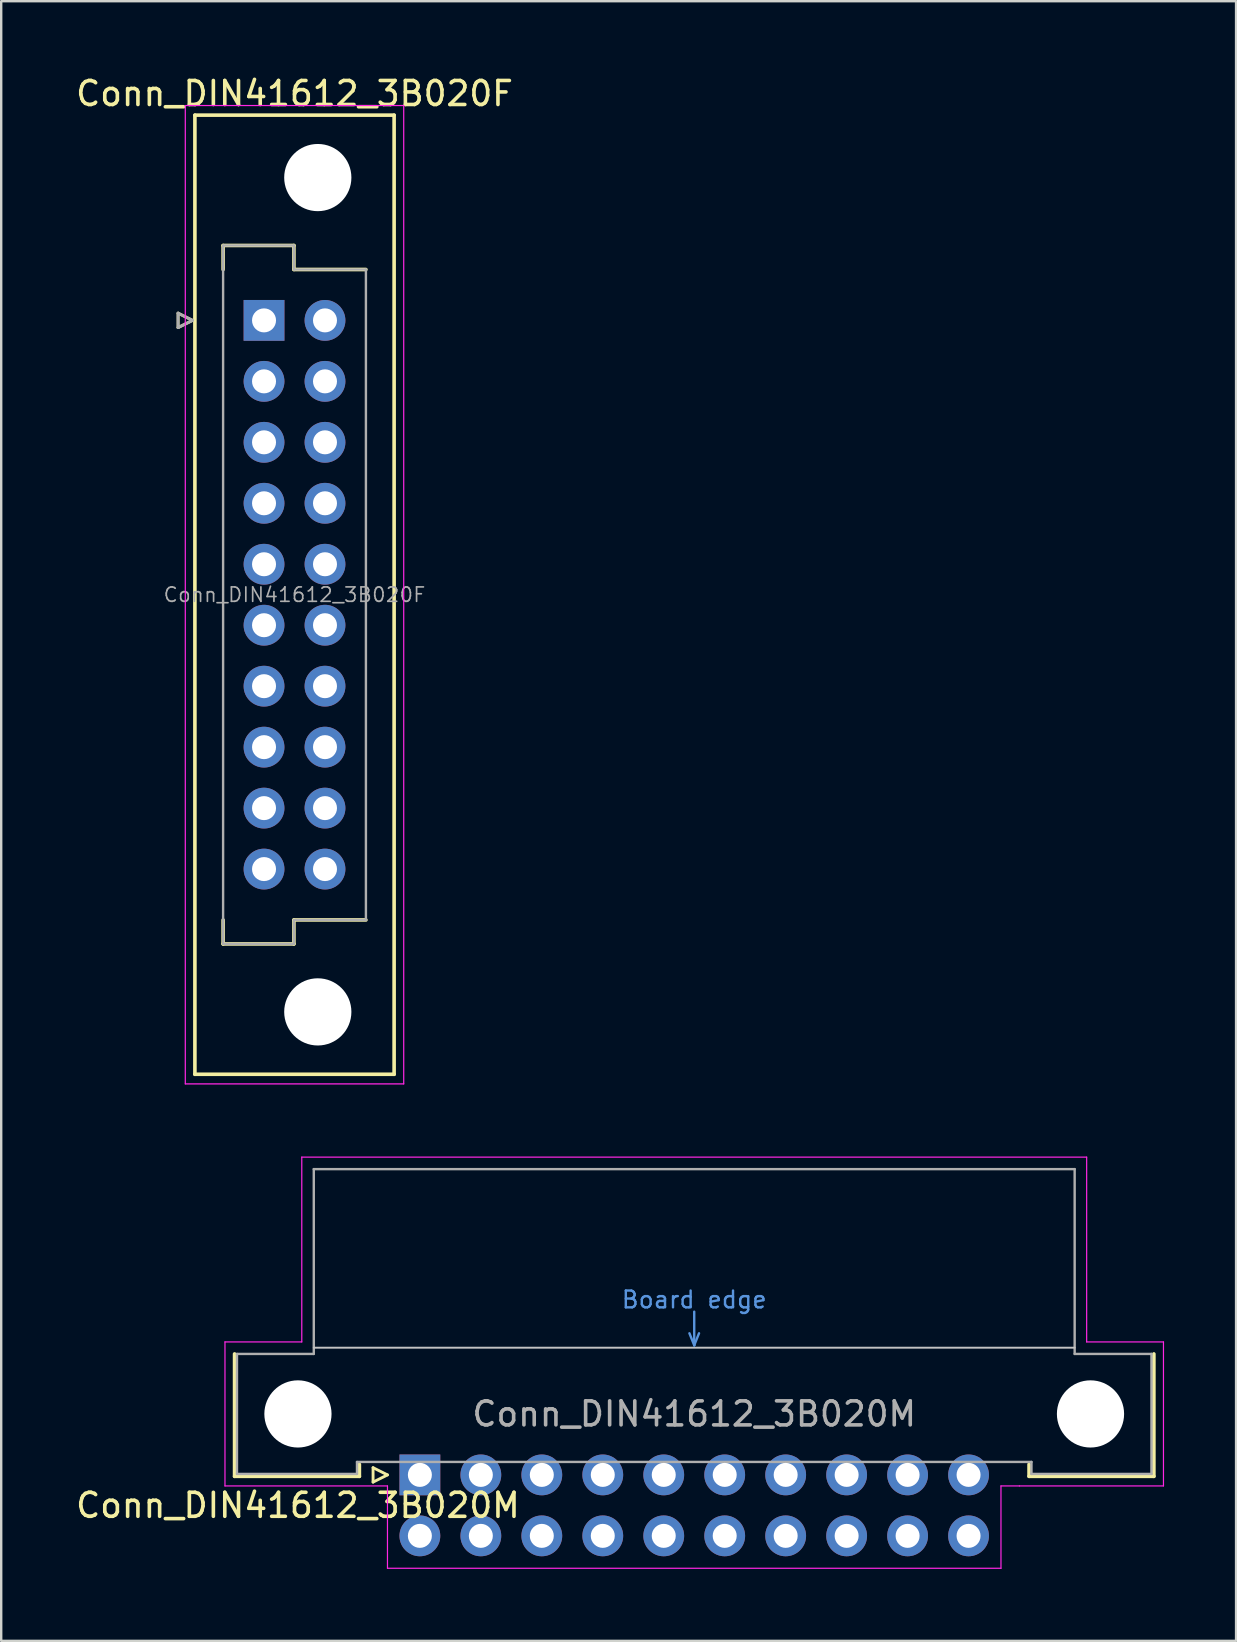
<source format=kicad_pcb>
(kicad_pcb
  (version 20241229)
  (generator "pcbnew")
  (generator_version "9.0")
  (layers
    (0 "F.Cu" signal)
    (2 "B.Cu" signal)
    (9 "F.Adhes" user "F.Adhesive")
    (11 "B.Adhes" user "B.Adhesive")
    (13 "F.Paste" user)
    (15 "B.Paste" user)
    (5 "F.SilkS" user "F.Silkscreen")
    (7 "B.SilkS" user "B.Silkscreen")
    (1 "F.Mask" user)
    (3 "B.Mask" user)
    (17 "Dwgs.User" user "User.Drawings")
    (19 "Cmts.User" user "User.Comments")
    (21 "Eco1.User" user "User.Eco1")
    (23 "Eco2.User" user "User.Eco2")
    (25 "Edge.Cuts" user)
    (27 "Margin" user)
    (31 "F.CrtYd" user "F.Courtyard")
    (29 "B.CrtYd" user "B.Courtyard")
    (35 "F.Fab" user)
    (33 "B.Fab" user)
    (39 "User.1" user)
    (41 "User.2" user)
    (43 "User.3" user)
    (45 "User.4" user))
  (footprint "Conn_DIN41612_3B020F"
    (layer "F.Cu")
    (at 7.95 10.298)
    (property "Reference" "Conn_DIN41612_3B020F" (at 1.27 -9.45 0) (layer "F.SilkS") (effects (font (size 1 1) (thickness 0.15))))
    (attr through_hole)
    (fp_line (start -3.58 -0.3) (end -3.58 0.3) (stroke (width 0.12) (type solid)) (layer "F.SilkS"))
    (fp_line (start -3.58 0.3) (end -2.98 0) (stroke (width 0.12) (type solid)) (layer "F.SilkS"))
    (fp_line (start -2.98 0) (end -3.58 -0.3) (stroke (width 0.12) (type solid)) (layer "F.SilkS"))
    (fp_line (start -2.88 -8.55) (end -2.88 31.41) (stroke (width 0.15) (type solid)) (layer "F.SilkS"))
    (fp_line (start -2.88 31.41) (end 5.42 31.41) (stroke (width 0.15) (type solid)) (layer "F.SilkS"))
    (fp_line (start -1.705 -3.12) (end 1.245 -3.12) (stroke (width 0.15) (type solid)) (layer "F.SilkS"))
    (fp_line (start -1.705 -2.12) (end -1.705 -3.12) (stroke (width 0.15) (type solid)) (layer "F.SilkS"))
    (fp_line (start -1.705 25.98) (end -1.705 24.98) (stroke (width 0.15) (type solid)) (layer "F.SilkS"))
    (fp_line (start 1.245 -3.12) (end 1.245 -2.12) (stroke (width 0.15) (type solid)) (layer "F.SilkS"))
    (fp_line (start 1.245 -2.12) (end 4.245 -2.12) (stroke (width 0.15) (type solid)) (layer "F.SilkS"))
    (fp_line (start 1.245 24.98) (end 1.245 25.98) (stroke (width 0.15) (type solid)) (layer "F.SilkS"))
    (fp_line (start 1.245 25.98) (end -1.705 25.98) (stroke (width 0.15) (type solid)) (layer "F.SilkS"))
    (fp_line (start 4.245 24.98) (end 1.245 24.98) (stroke (width 0.15) (type solid)) (layer "F.SilkS"))
    (fp_line (start 5.42 -8.55) (end -2.88 -8.55) (stroke (width 0.15) (type solid)) (layer "F.SilkS"))
    (fp_line (start 5.42 31.41) (end 5.42 -8.55) (stroke (width 0.15) (type solid)) (layer "F.SilkS"))
    (fp_line (start -3.28 -8.95) (end -3.28 31.81) (stroke (width 0.05) (type solid)) (layer "F.CrtYd"))
    (fp_line (start -3.28 31.81) (end 5.82 31.81) (stroke (width 0.05) (type solid)) (layer "F.CrtYd"))
    (fp_line (start 5.82 -8.95) (end -3.28 -8.95) (stroke (width 0.05) (type solid)) (layer "F.CrtYd"))
    (fp_line (start 5.82 31.81) (end 5.82 -8.95) (stroke (width 0.05) (type solid)) (layer "F.CrtYd"))
    (fp_line (start -3.58 -0.3) (end -3.58 0.3) (stroke (width 0.12) (type solid)) (layer "F.Fab"))
    (fp_line (start -3.58 0.3) (end -2.98 0) (stroke (width 0.12) (type solid)) (layer "F.Fab"))
    (fp_line (start -2.98 0) (end -3.58 -0.3) (stroke (width 0.12) (type solid)) (layer "F.Fab"))
    (fp_line (start -1.705 -3.12) (end 1.245 -3.12) (stroke (width 0.1) (type solid)) (layer "F.Fab"))
    (fp_line (start -1.705 -2.12) (end -1.705 -3.12) (stroke (width 0.1) (type solid)) (layer "F.Fab"))
    (fp_line (start -1.705 24.98) (end -1.705 -2.12) (stroke (width 0.1) (type solid)) (layer "F.Fab"))
    (fp_line (start -1.705 25.98) (end -1.705 24.98) (stroke (width 0.1) (type solid)) (layer "F.Fab"))
    (fp_line (start 1.245 -3.12) (end 1.245 -2.12) (stroke (width 0.1) (type solid)) (layer "F.Fab"))
    (fp_line (start 1.245 -2.12) (end 4.245 -2.12) (stroke (width 0.1) (type solid)) (layer "F.Fab"))
    (fp_line (start 1.245 24.98) (end 1.245 25.98) (stroke (width 0.1) (type solid)) (layer "F.Fab"))
    (fp_line (start 1.245 25.98) (end -1.705 25.98) (stroke (width 0.1) (type solid)) (layer "F.Fab"))
    (fp_line (start 4.245 -2.12) (end 4.245 24.98) (stroke (width 0.1) (type solid)) (layer "F.Fab"))
    (fp_line (start 4.245 24.98) (end 1.245 24.98) (stroke (width 0.1) (type solid)) (layer "F.Fab"))
    (fp_text user "${REFERENCE}" (at 1.27 11.43 0) (layer "F.Fab") (effects (font (size 0.6 0.6) (thickness 0.07))))
    (pad "" np_thru_hole circle (at 2.24 -5.95) (size 2.8 2.8) (drill 2.8) (layers "*.Cu" "*.Mask"))
    (pad "" np_thru_hole circle (at 2.24 28.81) (size 2.8 2.8) (drill 2.8) (layers "*.Cu" "*.Mask"))
    (pad "A1" thru_hole rect (at 0 0) (size 1.7 1.7) (drill 1) (layers "*.Cu" "*.Mask"))
    (pad "A2" thru_hole circle (at 0 2.54) (size 1.7 1.7) (drill 1) (layers "*.Cu" "*.Mask"))
    (pad "A3" thru_hole circle (at 0 5.08) (size 1.7 1.7) (drill 1) (layers "*.Cu" "*.Mask"))
    (pad "A4" thru_hole circle (at 0 7.62) (size 1.7 1.7) (drill 1) (layers "*.Cu" "*.Mask"))
    (pad "A5" thru_hole circle (at 0 10.16) (size 1.7 1.7) (drill 1) (layers "*.Cu" "*.Mask"))
    (pad "A6" thru_hole circle (at 0 12.7) (size 1.7 1.7) (drill 1) (layers "*.Cu" "*.Mask"))
    (pad "A7" thru_hole circle (at 0 15.24) (size 1.7 1.7) (drill 1) (layers "*.Cu" "*.Mask"))
    (pad "A8" thru_hole circle (at 0 17.78) (size 1.7 1.7) (drill 1) (layers "*.Cu" "*.Mask"))
    (pad "A9" thru_hole circle (at 0 20.32) (size 1.7 1.7) (drill 1) (layers "*.Cu" "*.Mask"))
    (pad "A10" thru_hole circle (at 0 22.86) (size 1.7 1.7) (drill 1) (layers "*.Cu" "*.Mask"))
    (pad "B1" thru_hole circle (at 2.54 0) (size 1.7 1.7) (drill 1) (layers "*.Cu" "*.Mask"))
    (pad "B2" thru_hole circle (at 2.54 2.54) (size 1.7 1.7) (drill 1) (layers "*.Cu" "*.Mask"))
    (pad "B3" thru_hole circle (at 2.54 5.08) (size 1.7 1.7) (drill 1) (layers "*.Cu" "*.Mask"))
    (pad "B4" thru_hole circle (at 2.54 7.62) (size 1.7 1.7) (drill 1) (layers "*.Cu" "*.Mask"))
    (pad "B5" thru_hole circle (at 2.54 10.16) (size 1.7 1.7) (drill 1) (layers "*.Cu" "*.Mask"))
    (pad "B6" thru_hole circle (at 2.54 12.7) (size 1.7 1.7) (drill 1) (layers "*.Cu" "*.Mask"))
    (pad "B7" thru_hole circle (at 2.54 15.24) (size 1.7 1.7) (drill 1) (layers "*.Cu" "*.Mask"))
    (pad "B8" thru_hole circle (at 2.54 17.78) (size 1.7 1.7) (drill 1) (layers "*.Cu" "*.Mask"))
    (pad "B9" thru_hole circle (at 2.54 20.32) (size 1.7 1.7) (drill 1) (layers "*.Cu" "*.Mask"))
    (pad "B10" thru_hole circle (at 2.54 22.86) (size 1.7 1.7) (drill 1) (layers "*.Cu" "*.Mask")))
  (footprint "Conn_DIN41612_3B020M"
    (layer "F.Cu")
    (at 14.443 58.398)
    (property "Reference" "Conn_DIN41612_3B020M" (at -5.08 1.27 0) (layer "F.SilkS") (effects (font (size 1 1) (thickness 0.15))))
    (attr through_hole)
    (fp_line (start -7.72 0.06) (end -7.72 -5.04) (stroke (width 0.15) (type solid)) (layer "F.SilkS"))
    (fp_line (start -2.52 -0.44) (end -2.52 0.06) (stroke (width 0.15) (type solid)) (layer "F.SilkS"))
    (fp_line (start -2.52 0.06) (end -7.72 0.06) (stroke (width 0.15) (type solid)) (layer "F.SilkS"))
    (fp_line (start -1.95 -0.3) (end -1.95 0.3) (stroke (width 0.12) (type solid)) (layer "F.SilkS"))
    (fp_line (start -1.95 0.3) (end -1.35 0) (stroke (width 0.12) (type solid)) (layer "F.SilkS"))
    (fp_line (start -1.35 0) (end -1.95 -0.3) (stroke (width 0.12) (type solid)) (layer "F.SilkS"))
    (fp_line (start 25.38 -0.44) (end 25.38 0.06) (stroke (width 0.15) (type solid)) (layer "F.SilkS"))
    (fp_line (start 25.38 0.06) (end 30.58 0.06) (stroke (width 0.15) (type solid)) (layer "F.SilkS"))
    (fp_line (start 30.58 0.06) (end 30.58 -5.04) (stroke (width 0.15) (type solid)) (layer "F.SilkS"))
    (fp_line (start -4.42 -5.3) (end 27.28 -5.3) (stroke (width 0.08) (type solid)) (layer "Dwgs.User"))
    (fp_line (start 11.23 -5.9) (end 11.43 -5.4) (stroke (width 0.1) (type solid)) (layer "Cmts.User"))
    (fp_line (start 11.43 -6.8) (end 11.43 -5.4) (stroke (width 0.1) (type solid)) (layer "Cmts.User"))
    (fp_line (start 11.43 -5.4) (end 11.63 -5.9) (stroke (width 0.1) (type solid)) (layer "Cmts.User"))
    (fp_line (start -8.12 -5.54) (end -4.92 -5.54) (stroke (width 0.05) (type solid)) (layer "F.CrtYd"))
    (fp_line (start -8.12 0.46) (end -8.12 -5.54) (stroke (width 0.05) (type solid)) (layer "F.CrtYd"))
    (fp_line (start -4.92 -13.24) (end 27.78 -13.24) (stroke (width 0.05) (type solid)) (layer "F.CrtYd"))
    (fp_line (start -4.92 -5.54) (end -4.92 -13.24) (stroke (width 0.05) (type solid)) (layer "F.CrtYd"))
    (fp_line (start -1.35 0.46) (end -8.12 0.46) (stroke (width 0.05) (type solid)) (layer "F.CrtYd"))
    (fp_line (start -1.35 3.89) (end -1.35 0.46) (stroke (width 0.05) (type solid)) (layer "F.CrtYd"))
    (fp_line (start 24.21 0.46) (end 24.21 3.89) (stroke (width 0.05) (type solid)) (layer "F.CrtYd"))
    (fp_line (start 24.21 3.89) (end -1.35 3.89) (stroke (width 0.05) (type solid)) (layer "F.CrtYd"))
    (fp_line (start 24.98 0.46) (end 24.21 0.46) (stroke (width 0.05) (type solid)) (layer "F.CrtYd"))
    (fp_line (start 27.78 -13.24) (end 27.78 -5.54) (stroke (width 0.05) (type solid)) (layer "F.CrtYd"))
    (fp_line (start 27.78 -5.54) (end 30.98 -5.54) (stroke (width 0.05) (type solid)) (layer "F.CrtYd"))
    (fp_line (start 30.98 -5.54) (end 30.98 0.46) (stroke (width 0.05) (type solid)) (layer "F.CrtYd"))
    (fp_line (start 30.98 0.46) (end 24.98 0.46) (stroke (width 0.05) (type solid)) (layer "F.CrtYd"))
    (fp_line (start -7.62 -5.04) (end -4.42 -5.04) (stroke (width 0.1) (type solid)) (layer "F.Fab"))
    (fp_line (start -7.62 -0.04) (end -7.62 -5.04) (stroke (width 0.1) (type solid)) (layer "F.Fab"))
    (fp_line (start -4.42 -12.74) (end 27.28 -12.74) (stroke (width 0.1) (type solid)) (layer "F.Fab"))
    (fp_line (start -4.42 -5.04) (end -4.42 -12.74) (stroke (width 0.1) (type solid)) (layer "F.Fab"))
    (fp_line (start -2.62 -0.54) (end -2.62 -0.04) (stroke (width 0.1) (type solid)) (layer "F.Fab"))
    (fp_line (start -2.62 -0.04) (end -7.62 -0.04) (stroke (width 0.1) (type solid)) (layer "F.Fab"))
    (fp_line (start 25.48 -0.54) (end -2.62 -0.54) (stroke (width 0.1) (type solid)) (layer "F.Fab"))
    (fp_line (start 25.48 -0.04) (end 25.48 -0.54) (stroke (width 0.1) (type solid)) (layer "F.Fab"))
    (fp_line (start 27.28 -12.74) (end 27.28 -5.04) (stroke (width 0.1) (type solid)) (layer "F.Fab"))
    (fp_line (start 27.28 -5.04) (end 30.48 -5.04) (stroke (width 0.1) (type solid)) (layer "F.Fab"))
    (fp_line (start 30.48 -5.04) (end 30.48 -0.04) (stroke (width 0.1) (type solid)) (layer "F.Fab"))
    (fp_line (start 30.48 -0.04) (end 25.48 -0.04) (stroke (width 0.1) (type solid)) (layer "F.Fab"))
    (fp_text user "Board edge" (at 11.43 -7.3 0) (layer "Cmts.User") (effects (font (size 0.7 0.7) (thickness 0.1))))
    (fp_text user "${REFERENCE}" (at 11.43 -2.54 0) (layer "F.Fab") (effects (font (size 1 1) (thickness 0.15))))
    (pad "" np_thru_hole circle (at -5.08 -2.54) (size 2.8 2.8) (drill 2.8) (layers "*.Cu" "*.Mask"))
    (pad "" np_thru_hole circle (at 27.94 -2.54) (size 2.8 2.8) (drill 2.8) (layers "*.Cu" "*.Mask"))
    (pad "A1" thru_hole rect (at 0 0) (size 1.7 1.7) (drill 1) (layers "*.Cu" "*.Mask"))
    (pad "A2" thru_hole circle (at 2.54 0) (size 1.7 1.7) (drill 1) (layers "*.Cu" "*.Mask"))
    (pad "A3" thru_hole circle (at 5.08 0) (size 1.7 1.7) (drill 1) (layers "*.Cu" "*.Mask"))
    (pad "A4" thru_hole circle (at 7.62 0) (size 1.7 1.7) (drill 1) (layers "*.Cu" "*.Mask"))
    (pad "A5" thru_hole circle (at 10.16 0) (size 1.7 1.7) (drill 1) (layers "*.Cu" "*.Mask"))
    (pad "A6" thru_hole circle (at 12.7 0) (size 1.7 1.7) (drill 1) (layers "*.Cu" "*.Mask"))
    (pad "A7" thru_hole circle (at 15.24 0) (size 1.7 1.7) (drill 1) (layers "*.Cu" "*.Mask"))
    (pad "A8" thru_hole circle (at 17.78 0) (size 1.7 1.7) (drill 1) (layers "*.Cu" "*.Mask"))
    (pad "A9" thru_hole circle (at 20.32 0) (size 1.7 1.7) (drill 1) (layers "*.Cu" "*.Mask"))
    (pad "A10" thru_hole circle (at 22.86 0) (size 1.7 1.7) (drill 1) (layers "*.Cu" "*.Mask"))
    (pad "B1" thru_hole circle (at 0 2.54) (size 1.7 1.7) (drill 1) (layers "*.Cu" "*.Mask"))
    (pad "B2" thru_hole circle (at 2.54 2.54) (size 1.7 1.7) (drill 1) (layers "*.Cu" "*.Mask"))
    (pad "B3" thru_hole circle (at 5.08 2.54) (size 1.7 1.7) (drill 1) (layers "*.Cu" "*.Mask"))
    (pad "B4" thru_hole circle (at 7.62 2.54) (size 1.7 1.7) (drill 1) (layers "*.Cu" "*.Mask"))
    (pad "B5" thru_hole circle (at 10.16 2.54) (size 1.7 1.7) (drill 1) (layers "*.Cu" "*.Mask"))
    (pad "B6" thru_hole circle (at 12.7 2.54) (size 1.7 1.7) (drill 1) (layers "*.Cu" "*.Mask"))
    (pad "B7" thru_hole circle (at 15.24 2.54) (size 1.7 1.7) (drill 1) (layers "*.Cu" "*.Mask"))
    (pad "B8" thru_hole circle (at 17.78 2.54) (size 1.7 1.7) (drill 1) (layers "*.Cu" "*.Mask"))
    (pad "B9" thru_hole circle (at 20.32 2.54) (size 1.7 1.7) (drill 1) (layers "*.Cu" "*.Mask"))
    (pad "B10" thru_hole circle (at 22.86 2.54) (size 1.7 1.7) (drill 1) (layers "*.Cu" "*.Mask")))
  (gr_rect
    (start -3 -3)
    (end 48.448 65.313)
    (stroke (width 0.1) (type default))
    (fill no)
    (layer "Edge.Cuts")))
</source>
